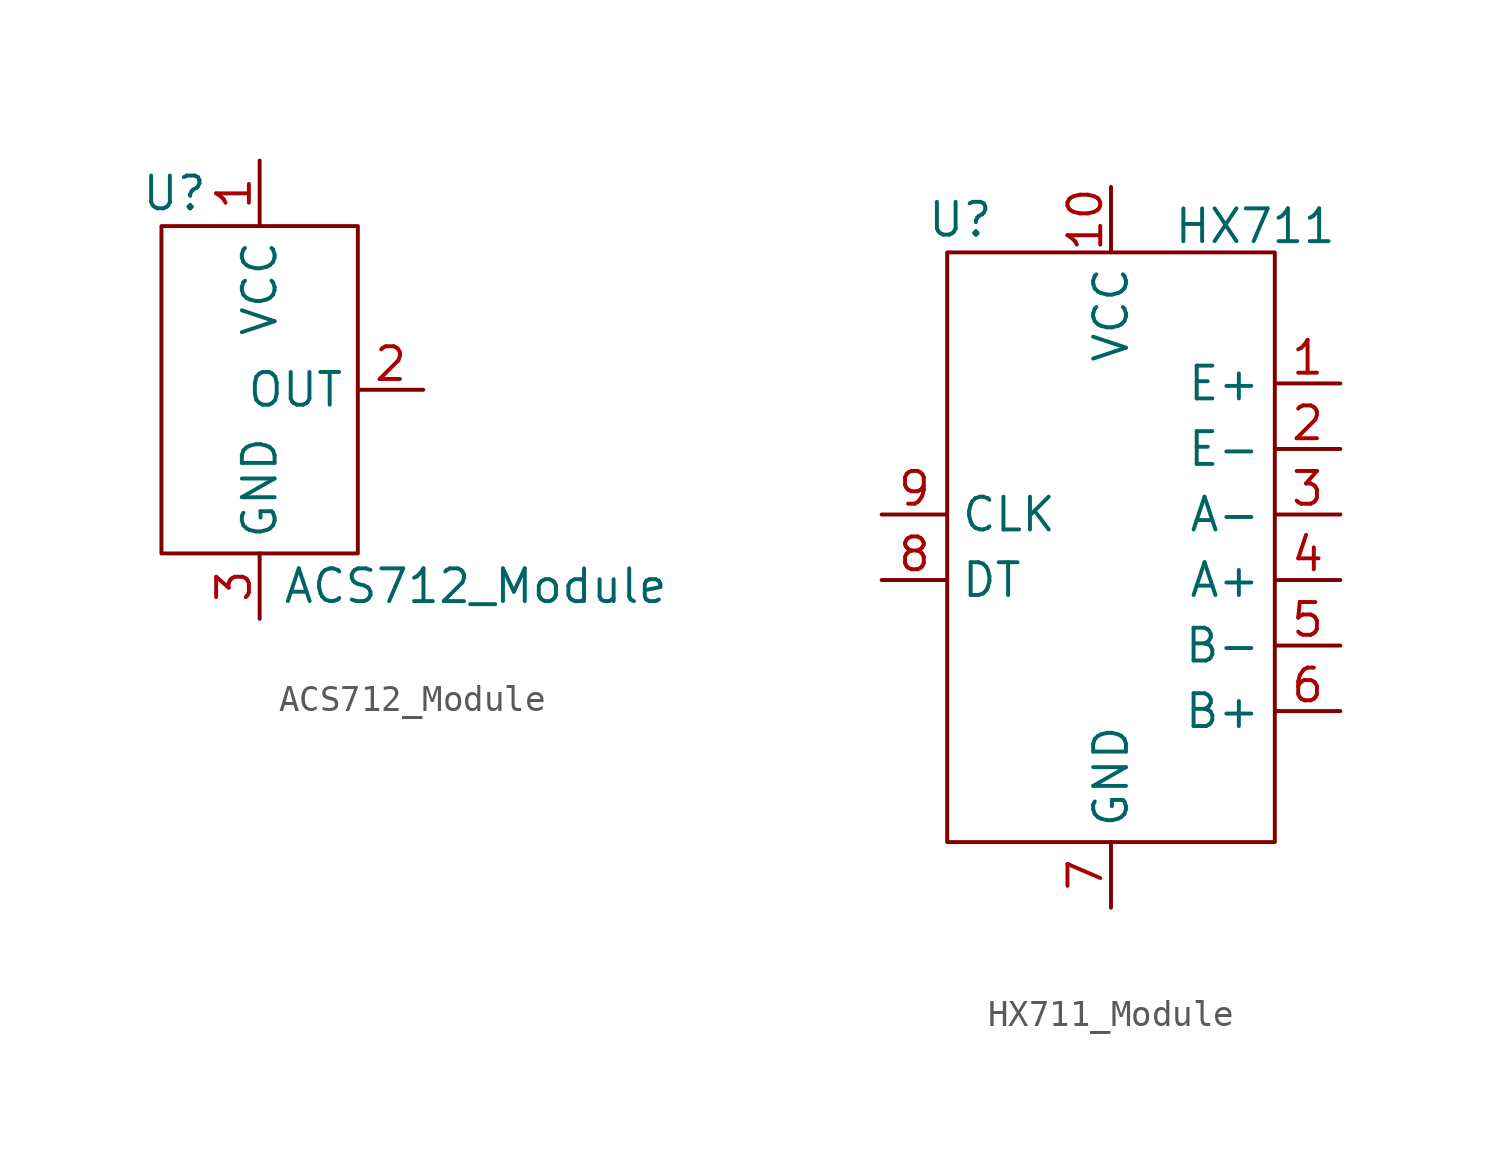
<source format=kicad_sym>
(kicad_symbol_lib
  (version 20241209)
  (generator "kicad_symbol_editor")
  (generator_version "9.0")
  (symbol "ACS712_Module"
    (property "Reference" "U"
      (at -3.302 7.62 0)
      (effects (font (size 1.27 1.27))))
    (property "Value" "ACS712_Module"
      (at 8.382 -7.62 0)
      (effects (font (size 1.27 1.27))))
    (symbol "ACS712_Module_0_1"
      (rectangle (start -3.81 6.35) (end 3.81 -6.35) (stroke (width 0) (type default)) (fill (type none))))
    (symbol "ACS712_Module_1_1"
      (pin power_in line (at 0 8.89 270) (length 2.54) (name "VCC" (effects (font (size 1.27 1.27)))) (number "1" (effects (font (size 1.27 1.27)))))
      (pin power_in line (at 0 -8.89 90) (length 2.54) (name "GND" (effects (font (size 1.27 1.27)))) (number "3" (effects (font (size 1.27 1.27)))))
      (pin output line (at 6.35 0 180) (length 2.54) (name "OUT" (effects (font (size 1.27 1.27)))) (number "2" (effects (font (size 1.27 1.27)))))))
  (symbol "HX711_Module"
    (property "Reference" "U"
      (at -5.842 12.7 0)
      (effects (font (size 1.27 1.27))))
    (property "Value" "HX711"
      (at 5.588 12.446 0)
      (effects (font (size 1.27 1.27))))
    (symbol "HX711_Module_0_1"
      (rectangle (start -6.35 11.43) (end 6.35 -11.43) (stroke (width 0) (type default)) (fill (type none))))
    (symbol "HX711_Module_1_1"
      (pin bidirectional line (at -8.89 1.27 0) (length 2.54) (name "CLK" (effects (font (size 1.27 1.27)))) (number "9" (effects (font (size 1.27 1.27)))))
      (pin bidirectional line (at -8.89 -1.27 0) (length 2.54) (name "DT" (effects (font (size 1.27 1.27)))) (number "8" (effects (font (size 1.27 1.27)))))
      (pin power_in line (at 0 13.97 270) (length 2.54) (name "VCC" (effects (font (size 1.27 1.27)))) (number "10" (effects (font (size 1.27 1.27)))))
      (pin power_in line (at 0 -13.97 90) (length 2.54) (name "GND" (effects (font (size 1.27 1.27)))) (number "7" (effects (font (size 1.27 1.27)))))
      (pin bidirectional line (at 8.89 6.35 180) (length 2.54) (name "E+" (effects (font (size 1.27 1.27)))) (number "1" (effects (font (size 1.27 1.27)))))
      (pin bidirectional line (at 8.89 3.81 180) (length 2.54) (name "E-" (effects (font (size 1.27 1.27)))) (number "2" (effects (font (size 1.27 1.27)))))
      (pin bidirectional line (at 8.89 1.27 180) (length 2.54) (name "A-" (effects (font (size 1.27 1.27)))) (number "3" (effects (font (size 1.27 1.27)))))
      (pin bidirectional line (at 8.89 -1.27 180) (length 2.54) (name "A+" (effects (font (size 1.27 1.27)))) (number "4" (effects (font (size 1.27 1.27)))))
      (pin bidirectional line (at 8.89 -3.81 180) (length 2.54) (name "B-" (effects (font (size 1.27 1.27)))) (number "5" (effects (font (size 1.27 1.27)))))
      (pin bidirectional line (at 8.89 -6.35 180) (length 2.54) (name "B+" (effects (font (size 1.27 1.27)))) (number "6" (effects (font (size 1.27 1.27))))))))
</source>
